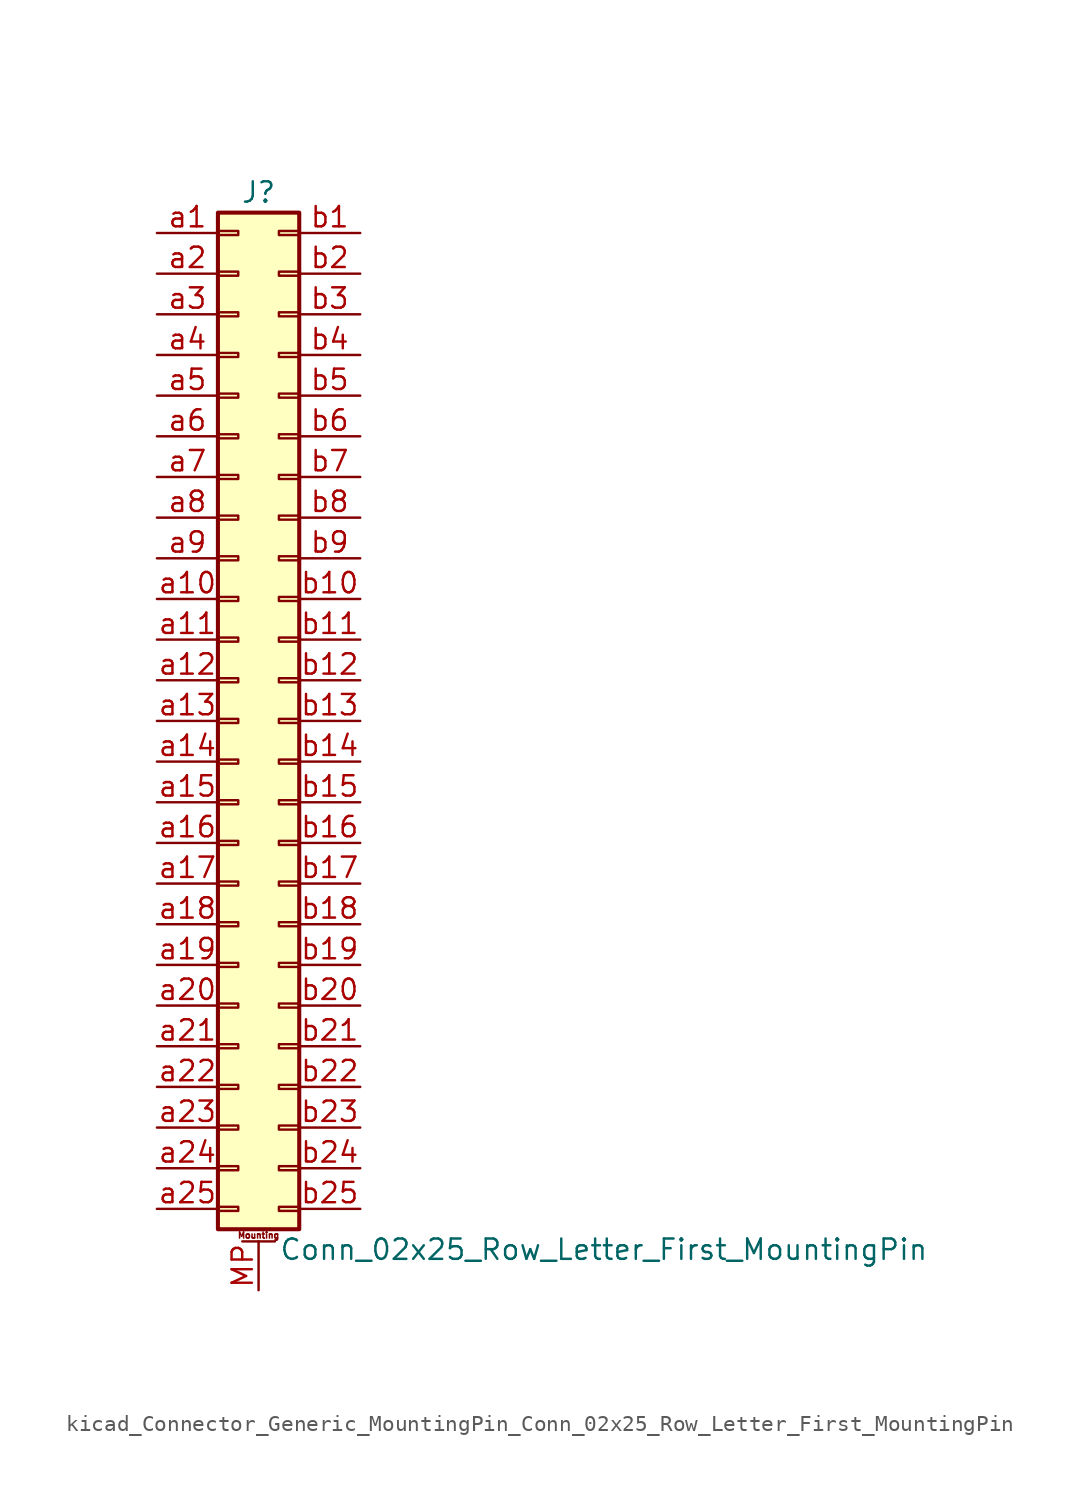
<source format=kicad_sym>
(kicad_symbol_lib
  (version 20220914)
  (generator kicad_symbol_editor)
  (symbol "kicad_Connector_Generic_MountingPin_Conn_02x25_Row_Letter_First_MountingPin"
    (pin_names
      (offset 1.016) hide)
    (property "Reference" "J"
      (at 1.27 33.02 0)
      (effects (font (size 1.27 1.27))))
    (property "Value" "Conn_02x25_Row_Letter_First_MountingPin"
      (at 2.54 -33.02 0)
      (effects (font (size 1.27 1.27)) (justify left)))
    (symbol "kicad_Connector_Generic_MountingPin_Conn_02x25_Row_Letter_First_MountingPin_1_1"
      (rectangle (start -1.27 -30.353) (end 0 -30.607) (stroke (width 0.152) (type default)) (fill (type none)))
      (rectangle (start -1.27 -27.813) (end 0 -28.067) (stroke (width 0.152) (type default)) (fill (type none)))
      (rectangle (start -1.27 -25.273) (end 0 -25.527) (stroke (width 0.152) (type default)) (fill (type none)))
      (rectangle (start -1.27 -22.733) (end 0 -22.987) (stroke (width 0.152) (type default)) (fill (type none)))
      (rectangle (start -1.27 -20.193) (end 0 -20.447) (stroke (width 0.152) (type default)) (fill (type none)))
      (rectangle (start -1.27 -17.653) (end 0 -17.907) (stroke (width 0.152) (type default)) (fill (type none)))
      (rectangle (start -1.27 -15.113) (end 0 -15.367) (stroke (width 0.152) (type default)) (fill (type none)))
      (rectangle (start -1.27 -12.573) (end 0 -12.827) (stroke (width 0.152) (type default)) (fill (type none)))
      (rectangle (start -1.27 -10.033) (end 0 -10.287) (stroke (width 0.152) (type default)) (fill (type none)))
      (rectangle (start -1.27 -7.493) (end 0 -7.747) (stroke (width 0.152) (type default)) (fill (type none)))
      (rectangle (start -1.27 -4.953) (end 0 -5.207) (stroke (width 0.152) (type default)) (fill (type none)))
      (rectangle (start -1.27 -2.413) (end 0 -2.667) (stroke (width 0.152) (type default)) (fill (type none)))
      (rectangle (start -1.27 0.127) (end 0 -0.127) (stroke (width 0.152) (type default)) (fill (type none)))
      (rectangle (start -1.27 2.667) (end 0 2.413) (stroke (width 0.152) (type default)) (fill (type none)))
      (rectangle (start -1.27 5.207) (end 0 4.953) (stroke (width 0.152) (type default)) (fill (type none)))
      (rectangle (start -1.27 7.747) (end 0 7.493) (stroke (width 0.152) (type default)) (fill (type none)))
      (rectangle (start -1.27 10.287) (end 0 10.033) (stroke (width 0.152) (type default)) (fill (type none)))
      (rectangle (start -1.27 12.827) (end 0 12.573) (stroke (width 0.152) (type default)) (fill (type none)))
      (rectangle (start -1.27 15.367) (end 0 15.113) (stroke (width 0.152) (type default)) (fill (type none)))
      (rectangle (start -1.27 17.907) (end 0 17.653) (stroke (width 0.152) (type default)) (fill (type none)))
      (rectangle (start -1.27 20.447) (end 0 20.193) (stroke (width 0.152) (type default)) (fill (type none)))
      (rectangle (start -1.27 22.987) (end 0 22.733) (stroke (width 0.152) (type default)) (fill (type none)))
      (rectangle (start -1.27 25.527) (end 0 25.273) (stroke (width 0.152) (type default)) (fill (type none)))
      (rectangle (start -1.27 28.067) (end 0 27.813) (stroke (width 0.152) (type default)) (fill (type none)))
      (rectangle (start -1.27 30.607) (end 0 30.353) (stroke (width 0.152) (type default)) (fill (type none)))
      (rectangle (start -1.27 31.75) (end 3.81 -31.75) (stroke (width 0.254) (type default)) (fill (type background)))
      (polyline (pts (xy 0.254 -32.512) (xy 2.286 -32.512)) (stroke (width 0.152) (type default)) (fill (type none)))
      (rectangle (start 3.81 -30.353) (end 2.54 -30.607) (stroke (width 0.152) (type default)) (fill (type none)))
      (rectangle (start 3.81 -27.813) (end 2.54 -28.067) (stroke (width 0.152) (type default)) (fill (type none)))
      (rectangle (start 3.81 -25.273) (end 2.54 -25.527) (stroke (width 0.152) (type default)) (fill (type none)))
      (rectangle (start 3.81 -22.733) (end 2.54 -22.987) (stroke (width 0.152) (type default)) (fill (type none)))
      (rectangle (start 3.81 -20.193) (end 2.54 -20.447) (stroke (width 0.152) (type default)) (fill (type none)))
      (rectangle (start 3.81 -17.653) (end 2.54 -17.907) (stroke (width 0.152) (type default)) (fill (type none)))
      (rectangle (start 3.81 -15.113) (end 2.54 -15.367) (stroke (width 0.152) (type default)) (fill (type none)))
      (rectangle (start 3.81 -12.573) (end 2.54 -12.827) (stroke (width 0.152) (type default)) (fill (type none)))
      (rectangle (start 3.81 -10.033) (end 2.54 -10.287) (stroke (width 0.152) (type default)) (fill (type none)))
      (rectangle (start 3.81 -7.493) (end 2.54 -7.747) (stroke (width 0.152) (type default)) (fill (type none)))
      (rectangle (start 3.81 -4.953) (end 2.54 -5.207) (stroke (width 0.152) (type default)) (fill (type none)))
      (rectangle (start 3.81 -2.413) (end 2.54 -2.667) (stroke (width 0.152) (type default)) (fill (type none)))
      (rectangle (start 3.81 0.127) (end 2.54 -0.127) (stroke (width 0.152) (type default)) (fill (type none)))
      (rectangle (start 3.81 2.667) (end 2.54 2.413) (stroke (width 0.152) (type default)) (fill (type none)))
      (rectangle (start 3.81 5.207) (end 2.54 4.953) (stroke (width 0.152) (type default)) (fill (type none)))
      (rectangle (start 3.81 7.747) (end 2.54 7.493) (stroke (width 0.152) (type default)) (fill (type none)))
      (rectangle (start 3.81 10.287) (end 2.54 10.033) (stroke (width 0.152) (type default)) (fill (type none)))
      (rectangle (start 3.81 12.827) (end 2.54 12.573) (stroke (width 0.152) (type default)) (fill (type none)))
      (rectangle (start 3.81 15.367) (end 2.54 15.113) (stroke (width 0.152) (type default)) (fill (type none)))
      (rectangle (start 3.81 17.907) (end 2.54 17.653) (stroke (width 0.152) (type default)) (fill (type none)))
      (rectangle (start 3.81 20.447) (end 2.54 20.193) (stroke (width 0.152) (type default)) (fill (type none)))
      (rectangle (start 3.81 22.987) (end 2.54 22.733) (stroke (width 0.152) (type default)) (fill (type none)))
      (rectangle (start 3.81 25.527) (end 2.54 25.273) (stroke (width 0.152) (type default)) (fill (type none)))
      (rectangle (start 3.81 28.067) (end 2.54 27.813) (stroke (width 0.152) (type default)) (fill (type none)))
      (rectangle (start 3.81 30.607) (end 2.54 30.353) (stroke (width 0.152) (type default)) (fill (type none)))
      (text "Mounting" (at 1.27 -32.131 0) (effects (font (size 0.381 0.381))))
      (pin passive line (at 1.27 -35.56 90) (length 3.048) (name "MountPin" (effects (font (size 1.27 1.27)))) (number "MP" (effects (font (size 1.27 1.27)))))
      (pin passive line (at -5.08 30.48 0) (length 3.81) (name "Pin_a1" (effects (font (size 1.27 1.27)))) (number "a1" (effects (font (size 1.27 1.27)))))
      (pin passive line (at -5.08 7.62 0) (length 3.81) (name "Pin_a10" (effects (font (size 1.27 1.27)))) (number "a10" (effects (font (size 1.27 1.27)))))
      (pin passive line (at -5.08 5.08 0) (length 3.81) (name "Pin_a11" (effects (font (size 1.27 1.27)))) (number "a11" (effects (font (size 1.27 1.27)))))
      (pin passive line (at -5.08 2.54 0) (length 3.81) (name "Pin_a12" (effects (font (size 1.27 1.27)))) (number "a12" (effects (font (size 1.27 1.27)))))
      (pin passive line (at -5.08 0 0) (length 3.81) (name "Pin_a13" (effects (font (size 1.27 1.27)))) (number "a13" (effects (font (size 1.27 1.27)))))
      (pin passive line (at -5.08 -2.54 0) (length 3.81) (name "Pin_a14" (effects (font (size 1.27 1.27)))) (number "a14" (effects (font (size 1.27 1.27)))))
      (pin passive line (at -5.08 -5.08 0) (length 3.81) (name "Pin_a15" (effects (font (size 1.27 1.27)))) (number "a15" (effects (font (size 1.27 1.27)))))
      (pin passive line (at -5.08 -7.62 0) (length 3.81) (name "Pin_a16" (effects (font (size 1.27 1.27)))) (number "a16" (effects (font (size 1.27 1.27)))))
      (pin passive line (at -5.08 -10.16 0) (length 3.81) (name "Pin_a17" (effects (font (size 1.27 1.27)))) (number "a17" (effects (font (size 1.27 1.27)))))
      (pin passive line (at -5.08 -12.7 0) (length 3.81) (name "Pin_a18" (effects (font (size 1.27 1.27)))) (number "a18" (effects (font (size 1.27 1.27)))))
      (pin passive line (at -5.08 -15.24 0) (length 3.81) (name "Pin_a19" (effects (font (size 1.27 1.27)))) (number "a19" (effects (font (size 1.27 1.27)))))
      (pin passive line (at -5.08 27.94 0) (length 3.81) (name "Pin_a2" (effects (font (size 1.27 1.27)))) (number "a2" (effects (font (size 1.27 1.27)))))
      (pin passive line (at -5.08 -17.78 0) (length 3.81) (name "Pin_a20" (effects (font (size 1.27 1.27)))) (number "a20" (effects (font (size 1.27 1.27)))))
      (pin passive line (at -5.08 -20.32 0) (length 3.81) (name "Pin_a21" (effects (font (size 1.27 1.27)))) (number "a21" (effects (font (size 1.27 1.27)))))
      (pin passive line (at -5.08 -22.86 0) (length 3.81) (name "Pin_a22" (effects (font (size 1.27 1.27)))) (number "a22" (effects (font (size 1.27 1.27)))))
      (pin passive line (at -5.08 -25.4 0) (length 3.81) (name "Pin_a23" (effects (font (size 1.27 1.27)))) (number "a23" (effects (font (size 1.27 1.27)))))
      (pin passive line (at -5.08 -27.94 0) (length 3.81) (name "Pin_a24" (effects (font (size 1.27 1.27)))) (number "a24" (effects (font (size 1.27 1.27)))))
      (pin passive line (at -5.08 -30.48 0) (length 3.81) (name "Pin_a25" (effects (font (size 1.27 1.27)))) (number "a25" (effects (font (size 1.27 1.27)))))
      (pin passive line (at -5.08 25.4 0) (length 3.81) (name "Pin_a3" (effects (font (size 1.27 1.27)))) (number "a3" (effects (font (size 1.27 1.27)))))
      (pin passive line (at -5.08 22.86 0) (length 3.81) (name "Pin_a4" (effects (font (size 1.27 1.27)))) (number "a4" (effects (font (size 1.27 1.27)))))
      (pin passive line (at -5.08 20.32 0) (length 3.81) (name "Pin_a5" (effects (font (size 1.27 1.27)))) (number "a5" (effects (font (size 1.27 1.27)))))
      (pin passive line (at -5.08 17.78 0) (length 3.81) (name "Pin_a6" (effects (font (size 1.27 1.27)))) (number "a6" (effects (font (size 1.27 1.27)))))
      (pin passive line (at -5.08 15.24 0) (length 3.81) (name "Pin_a7" (effects (font (size 1.27 1.27)))) (number "a7" (effects (font (size 1.27 1.27)))))
      (pin passive line (at -5.08 12.7 0) (length 3.81) (name "Pin_a8" (effects (font (size 1.27 1.27)))) (number "a8" (effects (font (size 1.27 1.27)))))
      (pin passive line (at -5.08 10.16 0) (length 3.81) (name "Pin_a9" (effects (font (size 1.27 1.27)))) (number "a9" (effects (font (size 1.27 1.27)))))
      (pin passive line (at 7.62 30.48 180) (length 3.81) (name "Pin_b1" (effects (font (size 1.27 1.27)))) (number "b1" (effects (font (size 1.27 1.27)))))
      (pin passive line (at 7.62 7.62 180) (length 3.81) (name "Pin_b10" (effects (font (size 1.27 1.27)))) (number "b10" (effects (font (size 1.27 1.27)))))
      (pin passive line (at 7.62 5.08 180) (length 3.81) (name "Pin_b11" (effects (font (size 1.27 1.27)))) (number "b11" (effects (font (size 1.27 1.27)))))
      (pin passive line (at 7.62 2.54 180) (length 3.81) (name "Pin_b12" (effects (font (size 1.27 1.27)))) (number "b12" (effects (font (size 1.27 1.27)))))
      (pin passive line (at 7.62 0 180) (length 3.81) (name "Pin_b13" (effects (font (size 1.27 1.27)))) (number "b13" (effects (font (size 1.27 1.27)))))
      (pin passive line (at 7.62 -2.54 180) (length 3.81) (name "Pin_b14" (effects (font (size 1.27 1.27)))) (number "b14" (effects (font (size 1.27 1.27)))))
      (pin passive line (at 7.62 -5.08 180) (length 3.81) (name "Pin_b15" (effects (font (size 1.27 1.27)))) (number "b15" (effects (font (size 1.27 1.27)))))
      (pin passive line (at 7.62 -7.62 180) (length 3.81) (name "Pin_b16" (effects (font (size 1.27 1.27)))) (number "b16" (effects (font (size 1.27 1.27)))))
      (pin passive line (at 7.62 -10.16 180) (length 3.81) (name "Pin_b17" (effects (font (size 1.27 1.27)))) (number "b17" (effects (font (size 1.27 1.27)))))
      (pin passive line (at 7.62 -12.7 180) (length 3.81) (name "Pin_b18" (effects (font (size 1.27 1.27)))) (number "b18" (effects (font (size 1.27 1.27)))))
      (pin passive line (at 7.62 -15.24 180) (length 3.81) (name "Pin_b19" (effects (font (size 1.27 1.27)))) (number "b19" (effects (font (size 1.27 1.27)))))
      (pin passive line (at 7.62 27.94 180) (length 3.81) (name "Pin_b2" (effects (font (size 1.27 1.27)))) (number "b2" (effects (font (size 1.27 1.27)))))
      (pin passive line (at 7.62 -17.78 180) (length 3.81) (name "Pin_b20" (effects (font (size 1.27 1.27)))) (number "b20" (effects (font (size 1.27 1.27)))))
      (pin passive line (at 7.62 -20.32 180) (length 3.81) (name "Pin_b21" (effects (font (size 1.27 1.27)))) (number "b21" (effects (font (size 1.27 1.27)))))
      (pin passive line (at 7.62 -22.86 180) (length 3.81) (name "Pin_b22" (effects (font (size 1.27 1.27)))) (number "b22" (effects (font (size 1.27 1.27)))))
      (pin passive line (at 7.62 -25.4 180) (length 3.81) (name "Pin_b23" (effects (font (size 1.27 1.27)))) (number "b23" (effects (font (size 1.27 1.27)))))
      (pin passive line (at 7.62 -27.94 180) (length 3.81) (name "Pin_b24" (effects (font (size 1.27 1.27)))) (number "b24" (effects (font (size 1.27 1.27)))))
      (pin passive line (at 7.62 -30.48 180) (length 3.81) (name "Pin_b25" (effects (font (size 1.27 1.27)))) (number "b25" (effects (font (size 1.27 1.27)))))
      (pin passive line (at 7.62 25.4 180) (length 3.81) (name "Pin_b3" (effects (font (size 1.27 1.27)))) (number "b3" (effects (font (size 1.27 1.27)))))
      (pin passive line (at 7.62 22.86 180) (length 3.81) (name "Pin_b4" (effects (font (size 1.27 1.27)))) (number "b4" (effects (font (size 1.27 1.27)))))
      (pin passive line (at 7.62 20.32 180) (length 3.81) (name "Pin_b5" (effects (font (size 1.27 1.27)))) (number "b5" (effects (font (size 1.27 1.27)))))
      (pin passive line (at 7.62 17.78 180) (length 3.81) (name "Pin_b6" (effects (font (size 1.27 1.27)))) (number "b6" (effects (font (size 1.27 1.27)))))
      (pin passive line (at 7.62 15.24 180) (length 3.81) (name "Pin_b7" (effects (font (size 1.27 1.27)))) (number "b7" (effects (font (size 1.27 1.27)))))
      (pin passive line (at 7.62 12.7 180) (length 3.81) (name "Pin_b8" (effects (font (size 1.27 1.27)))) (number "b8" (effects (font (size 1.27 1.27)))))
      (pin passive line (at 7.62 10.16 180) (length 3.81) (name "Pin_b9" (effects (font (size 1.27 1.27)))) (number "b9" (effects (font (size 1.27 1.27))))))))
</source>
